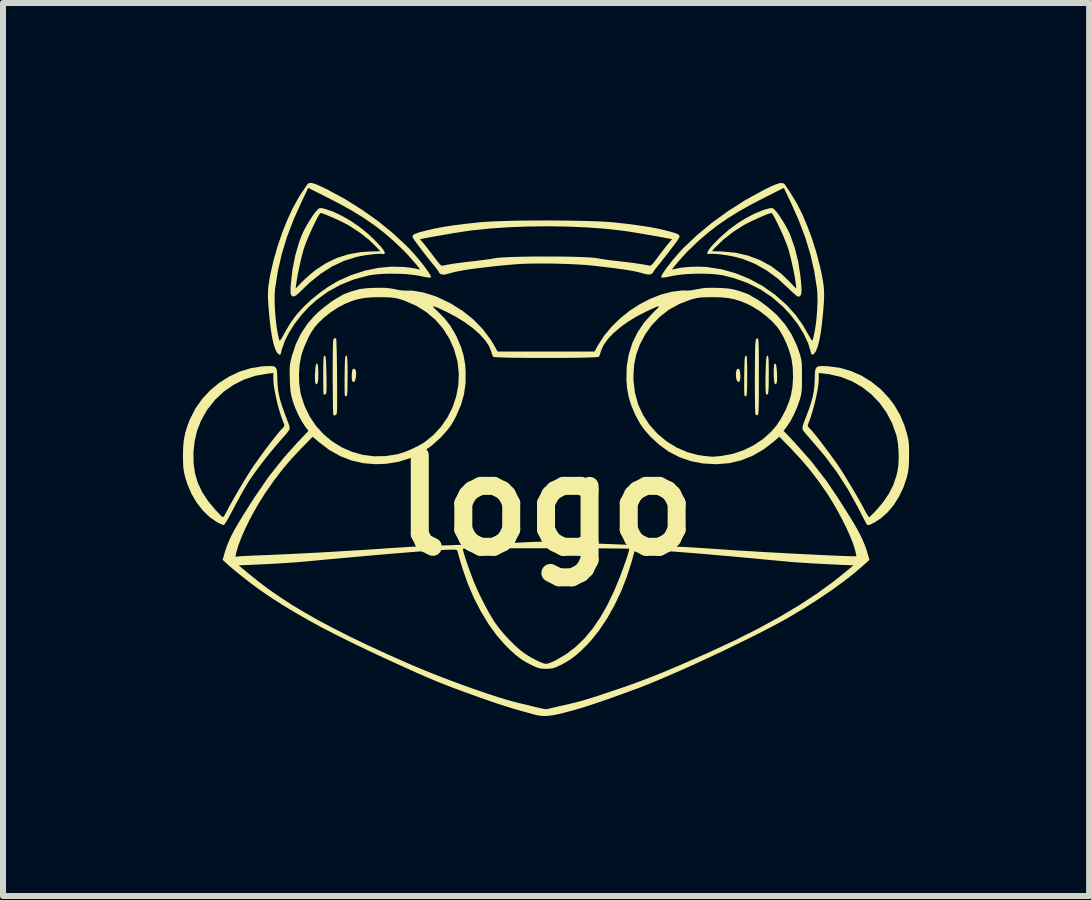
<source format=kicad_pcb>
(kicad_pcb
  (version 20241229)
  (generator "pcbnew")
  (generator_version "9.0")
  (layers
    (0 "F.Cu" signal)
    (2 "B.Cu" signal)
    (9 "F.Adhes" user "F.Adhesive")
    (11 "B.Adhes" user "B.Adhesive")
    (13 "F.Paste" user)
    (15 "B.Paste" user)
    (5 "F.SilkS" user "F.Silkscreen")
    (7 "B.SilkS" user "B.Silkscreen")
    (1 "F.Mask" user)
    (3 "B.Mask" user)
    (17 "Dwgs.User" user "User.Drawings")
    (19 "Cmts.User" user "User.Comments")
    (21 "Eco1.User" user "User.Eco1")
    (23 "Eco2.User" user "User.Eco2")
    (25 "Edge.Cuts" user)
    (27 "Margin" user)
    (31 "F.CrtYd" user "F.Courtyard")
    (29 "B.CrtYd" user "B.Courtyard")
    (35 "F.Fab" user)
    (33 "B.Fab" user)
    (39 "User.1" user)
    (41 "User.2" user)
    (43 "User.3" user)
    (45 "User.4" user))
  (footprint "logo"
    (layer "F.Cu")
    (at 6.052 5.376)
    (property "Reference" "logo" (at 0 0 0) (layer "F.SilkS") (effects (font (size 1.524 1.524) (thickness 0.3))))
    (attr board_only exclude_from_pos_files exclude_from_bom)
    (fp_poly (pts (xy -3.189 -2.275) (xy -3.174 -2.259) (xy -3.166 -2.22) (xy -3.166 -2.19) (xy -3.17 -2.133) (xy -3.181 -2.089) (xy -3.196 -2.062) (xy -3.212 -2.055) (xy -3.228 -2.073) (xy -3.235 -2.094) (xy -3.239 -2.129) (xy -3.238 -2.176) (xy -3.234 -2.224) (xy -3.227 -2.261) (xy -3.221 -2.276) (xy -3.201 -2.278)) (stroke (width 0) (type solid)) (fill yes) (layer "F.SilkS"))
    (fp_poly (pts (xy 3.224 -2.267) (xy 3.232 -2.234) (xy 3.237 -2.2) (xy 3.24 -2.139) (xy 3.234 -2.092) (xy 3.222 -2.064) (xy 3.205 -2.058) (xy 3.185 -2.077) (xy 3.181 -2.084) (xy 3.17 -2.121) (xy 3.165 -2.169) (xy 3.167 -2.217) (xy 3.175 -2.256) (xy 3.189 -2.275) (xy 3.189 -2.275) (xy 3.21 -2.279)) (stroke (width 0) (type solid)) (fill yes) (layer "F.SilkS"))
    (fp_poly (pts (xy 3.832 -2.352) (xy 3.84 -2.32) (xy 3.846 -2.265) (xy 3.85 -2.211) (xy 3.853 -2.127) (xy 3.849 -2.066) (xy 3.84 -2.03) (xy 3.825 -2.021) (xy 3.814 -2.028) (xy 3.806 -2.05) (xy 3.801 -2.093) (xy 3.797 -2.15) (xy 3.795 -2.212) (xy 3.796 -2.272) (xy 3.8 -2.322) (xy 3.805 -2.355) (xy 3.81 -2.362) (xy 3.823 -2.365)) (stroke (width 0) (type solid)) (fill yes) (layer "F.SilkS"))
    (fp_poly (pts (xy -3.807 -2.351) (xy -3.799 -2.305) (xy -3.796 -2.232) (xy -3.796 -2.199) (xy -3.797 -2.122) (xy -3.801 -2.071) (xy -3.808 -2.04) (xy -3.817 -2.026) (xy -3.832 -2.019) (xy -3.842 -2.033) (xy -3.849 -2.063) (xy -3.852 -2.101) (xy -3.853 -2.154) (xy -3.85 -2.216) (xy -3.846 -2.276) (xy -3.84 -2.325) (xy -3.833 -2.355) (xy -3.831 -2.359) (xy -3.817 -2.369)) (stroke (width 0) (type solid)) (fill yes) (layer "F.SilkS"))
    (fp_poly (pts (xy -3.323 -2.494) (xy -3.318 -2.482) (xy -3.314 -2.456) (xy -3.311 -2.414) (xy -3.309 -2.352) (xy -3.308 -2.267) (xy -3.308 -2.162) (xy -3.309 -2.046) (xy -3.31 -1.958) (xy -3.312 -1.893) (xy -3.316 -1.851) (xy -3.321 -1.827) (xy -3.327 -1.819) (xy -3.348 -1.825) (xy -3.353 -1.833) (xy -3.356 -1.854) (xy -3.357 -1.9) (xy -3.358 -1.966) (xy -3.358 -2.048) (xy -3.358 -2.142) (xy -3.357 -2.176) (xy -3.356 -2.284) (xy -3.354 -2.365) (xy -3.351 -2.423) (xy -3.347 -2.462) (xy -3.343 -2.485) (xy -3.336 -2.496) (xy -3.331 -2.498)) (stroke (width 0) (type solid)) (fill yes) (layer "F.SilkS"))
    (fp_poly (pts (xy 3.338 -2.494) (xy 3.344 -2.482) (xy 3.348 -2.456) (xy 3.35 -2.414) (xy 3.352 -2.352) (xy 3.353 -2.267) (xy 3.353 -2.162) (xy 3.353 -2.046) (xy 3.351 -1.958) (xy 3.349 -1.893) (xy 3.345 -1.851) (xy 3.34 -1.827) (xy 3.334 -1.819) (xy 3.313 -1.825) (xy 3.308 -1.833) (xy 3.306 -1.854) (xy 3.304 -1.9) (xy 3.303 -1.966) (xy 3.303 -2.048) (xy 3.304 -2.142) (xy 3.304 -2.176) (xy 3.306 -2.284) (xy 3.308 -2.365) (xy 3.31 -2.423) (xy 3.314 -2.462) (xy 3.319 -2.485) (xy 3.325 -2.496) (xy 3.331 -2.498)) (stroke (width 0) (type solid)) (fill yes) (layer "F.SilkS"))
    (fp_poly (pts (xy 3.698 -2.494) (xy 3.704 -2.481) (xy 3.708 -2.455) (xy 3.711 -2.413) (xy 3.712 -2.35) (xy 3.713 -2.263) (xy 3.713 -2.177) (xy 3.712 -2.061) (xy 3.711 -1.973) (xy 3.707 -1.91) (xy 3.702 -1.869) (xy 3.694 -1.849) (xy 3.683 -1.846) (xy 3.67 -1.859) (xy 3.666 -1.864) (xy 3.662 -1.885) (xy 3.66 -1.931) (xy 3.658 -2) (xy 3.658 -2.086) (xy 3.66 -2.186) (xy 3.66 -2.19) (xy 3.663 -2.296) (xy 3.666 -2.375) (xy 3.67 -2.431) (xy 3.674 -2.467) (xy 3.68 -2.488) (xy 3.686 -2.497) (xy 3.691 -2.498)) (stroke (width 0) (type solid)) (fill yes) (layer "F.SilkS"))
    (fp_poly (pts (xy -3.683 -2.494) (xy -3.677 -2.48) (xy -3.672 -2.452) (xy -3.668 -2.406) (xy -3.665 -2.339) (xy -3.662 -2.248) (xy -3.66 -2.19) (xy -3.659 -2.095) (xy -3.658 -2.011) (xy -3.659 -1.941) (xy -3.662 -1.891) (xy -3.665 -1.866) (xy -3.666 -1.864) (xy -3.688 -1.847) (xy -3.707 -1.853) (xy -3.709 -1.857) (xy -3.711 -1.874) (xy -3.712 -1.918) (xy -3.713 -1.981) (xy -3.714 -2.062) (xy -3.714 -2.153) (xy -3.714 -2.183) (xy -3.714 -2.289) (xy -3.712 -2.369) (xy -3.71 -2.426) (xy -3.707 -2.464) (xy -3.703 -2.486) (xy -3.696 -2.496) (xy -3.691 -2.498)) (stroke (width 0) (type solid)) (fill yes) (layer "F.SilkS"))
    (fp_poly (pts (xy -3.499 -2.784) (xy -3.496 -2.767) (xy -3.494 -2.724) (xy -3.492 -2.658) (xy -3.489 -2.575) (xy -3.487 -2.476) (xy -3.486 -2.367) (xy -3.484 -2.251) (xy -3.483 -2.132) (xy -3.482 -2.014) (xy -3.482 -1.901) (xy -3.482 -1.796) (xy -3.482 -1.704) (xy -3.483 -1.628) (xy -3.485 -1.572) (xy -3.487 -1.54) (xy -3.487 -1.536) (xy -3.504 -1.507) (xy -3.53 -1.501) (xy -3.546 -1.51) (xy -3.548 -1.527) (xy -3.55 -1.57) (xy -3.552 -1.638) (xy -3.553 -1.725) (xy -3.554 -1.83) (xy -3.555 -1.949) (xy -3.556 -2.08) (xy -3.556 -2.148) (xy -3.556 -2.304) (xy -3.555 -2.432) (xy -3.554 -2.535) (xy -3.553 -2.616) (xy -3.552 -2.678) (xy -3.549 -2.723) (xy -3.546 -2.753) (xy -3.542 -2.772) (xy -3.537 -2.782) (xy -3.533 -2.785) (xy -3.507 -2.788)) (stroke (width 0) (type solid)) (fill yes) (layer "F.SilkS"))
    (fp_poly (pts (xy 3.524 -2.787) (xy 3.53 -2.784) (xy 3.535 -2.774) (xy 3.539 -2.756) (xy 3.542 -2.726) (xy 3.544 -2.682) (xy 3.546 -2.621) (xy 3.547 -2.541) (xy 3.548 -2.439) (xy 3.548 -2.313) (xy 3.548 -2.16) (xy 3.548 -2.145) (xy 3.548 -1.99) (xy 3.548 -1.861) (xy 3.547 -1.757) (xy 3.546 -1.676) (xy 3.544 -1.614) (xy 3.542 -1.569) (xy 3.539 -1.538) (xy 3.535 -1.518) (xy 3.531 -1.508) (xy 3.525 -1.504) (xy 3.524 -1.504) (xy 3.498 -1.511) (xy 3.49 -1.523) (xy 3.488 -1.544) (xy 3.486 -1.591) (xy 3.484 -1.66) (xy 3.483 -1.747) (xy 3.482 -1.848) (xy 3.481 -1.958) (xy 3.481 -2.074) (xy 3.481 -2.192) (xy 3.482 -2.307) (xy 3.483 -2.415) (xy 3.484 -2.514) (xy 3.485 -2.597) (xy 3.487 -2.662) (xy 3.49 -2.705) (xy 3.49 -2.712) (xy 3.498 -2.76) (xy 3.509 -2.783) (xy 3.524 -2.787)) (stroke (width 0) (type solid)) (fill yes) (layer "F.SilkS"))
    (fp_poly (pts (xy -3.739 -4.956) (xy -3.694 -4.946) (xy -3.683 -4.943) (xy -3.55 -4.898) (xy -3.407 -4.831) (xy -3.26 -4.747) (xy -3.114 -4.647) (xy -2.977 -4.537) (xy -2.913 -4.478) (xy -2.824 -4.391) (xy -2.757 -4.319) (xy -2.712 -4.262) (xy -2.689 -4.221) (xy -2.689 -4.197) (xy -2.712 -4.19) (xy -2.728 -4.193) (xy -2.768 -4.196) (xy -2.831 -4.193) (xy -2.908 -4.185) (xy -2.994 -4.174) (xy -3.08 -4.159) (xy -3.16 -4.143) (xy -3.169 -4.14) (xy -3.37 -4.077) (xy -3.565 -3.985) (xy -3.755 -3.864) (xy -3.94 -3.715) (xy -4.065 -3.595) (xy -4.124 -3.538) (xy -4.167 -3.501) (xy -4.2 -3.485) (xy -4.224 -3.486) (xy -4.245 -3.502) (xy -4.246 -3.504) (xy -4.255 -3.524) (xy -4.259 -3.562) (xy -4.258 -3.616) (xy -4.174 -3.616) (xy -4.071 -3.722) (xy -4.01 -3.782) (xy -3.937 -3.847) (xy -3.865 -3.906) (xy -3.844 -3.923) (xy -3.67 -4.038) (xy -3.489 -4.125) (xy -3.298 -4.186) (xy -3.093 -4.223) (xy -2.931 -4.234) (xy -2.764 -4.238) (xy -2.817 -4.297) (xy -2.945 -4.423) (xy -3.098 -4.544) (xy -3.27 -4.657) (xy -3.293 -4.671) (xy -3.347 -4.7) (xy -3.413 -4.733) (xy -3.487 -4.768) (xy -3.562 -4.802) (xy -3.633 -4.832) (xy -3.693 -4.856) (xy -3.737 -4.872) (xy -3.757 -4.876) (xy -3.771 -4.863) (xy -3.794 -4.827) (xy -3.824 -4.772) (xy -3.858 -4.703) (xy -3.895 -4.626) (xy -3.933 -4.543) (xy -3.968 -4.461) (xy -4 -4.384) (xy -4.025 -4.316) (xy -4.035 -4.287) (xy -4.061 -4.196) (xy -4.088 -4.086) (xy -4.115 -3.966) (xy -4.139 -3.848) (xy -4.157 -3.741) (xy -4.164 -3.694) (xy -4.174 -3.616) (xy -4.258 -3.616) (xy -4.258 -3.621) (xy -4.255 -3.676) (xy -4.227 -3.932) (xy -4.179 -4.174) (xy -4.113 -4.398) (xy -4.071 -4.509) (xy -4.037 -4.582) (xy -3.994 -4.662) (xy -3.945 -4.744) (xy -3.896 -4.821) (xy -3.85 -4.884) (xy -3.812 -4.928) (xy -3.808 -4.932) (xy -3.787 -4.95) (xy -3.767 -4.958)) (stroke (width 0) (type solid)) (fill yes) (layer "F.SilkS"))
    (fp_poly (pts (xy 3.783 -4.952) (xy 3.804 -4.936) (xy 3.808 -4.932) (xy 3.845 -4.891) (xy 3.89 -4.83) (xy 3.939 -4.755) (xy 3.988 -4.673) (xy 4.032 -4.592) (xy 4.067 -4.518) (xy 4.071 -4.509) (xy 4.146 -4.297) (xy 4.204 -4.064) (xy 4.242 -3.814) (xy 4.255 -3.676) (xy 4.259 -3.594) (xy 4.256 -3.537) (xy 4.246 -3.503) (xy 4.227 -3.485) (xy 4.202 -3.481) (xy 4.183 -3.491) (xy 4.148 -3.519) (xy 4.101 -3.56) (xy 4.049 -3.611) (xy 4.043 -3.617) (xy 3.862 -3.782) (xy 3.676 -3.919) (xy 3.485 -4.027) (xy 3.287 -4.107) (xy 3.169 -4.14) (xy 3.091 -4.157) (xy 3.005 -4.172) (xy 2.919 -4.184) (xy 2.84 -4.192) (xy 2.775 -4.196) (xy 2.732 -4.193) (xy 2.728 -4.193) (xy 2.695 -4.192) (xy 2.686 -4.209) (xy 2.698 -4.238) (xy 2.764 -4.238) (xy 2.931 -4.234) (xy 3.155 -4.214) (xy 3.366 -4.166) (xy 3.565 -4.091) (xy 3.751 -3.99) (xy 3.924 -3.861) (xy 4.066 -3.724) (xy 4.108 -3.679) (xy 4.143 -3.643) (xy 4.164 -3.621) (xy 4.168 -3.618) (xy 4.17 -3.63) (xy 4.167 -3.664) (xy 4.164 -3.694) (xy 4.149 -3.791) (xy 4.128 -3.905) (xy 4.102 -4.025) (xy 4.075 -4.141) (xy 4.048 -4.244) (xy 4.035 -4.287) (xy 4.013 -4.349) (xy 3.984 -4.422) (xy 3.951 -4.502) (xy 3.914 -4.585) (xy 3.876 -4.666) (xy 3.84 -4.739) (xy 3.808 -4.802) (xy 3.781 -4.848) (xy 3.763 -4.873) (xy 3.757 -4.876) (xy 3.731 -4.87) (xy 3.683 -4.853) (xy 3.621 -4.827) (xy 3.549 -4.796) (xy 3.474 -4.762) (xy 3.401 -4.727) (xy 3.336 -4.694) (xy 3.293 -4.671) (xy 3.119 -4.56) (xy 2.964 -4.439) (xy 2.832 -4.313) (xy 2.817 -4.297) (xy 2.764 -4.238) (xy 2.698 -4.238) (xy 2.7 -4.243) (xy 2.736 -4.294) (xy 2.794 -4.36) (xy 2.874 -4.441) (xy 2.913 -4.478) (xy 3.043 -4.593) (xy 3.185 -4.698) (xy 3.332 -4.79) (xy 3.478 -4.866) (xy 3.617 -4.923) (xy 3.683 -4.943) (xy 3.732 -4.955) (xy 3.762 -4.958)) (stroke (width 0) (type solid)) (fill yes) (layer "F.SilkS"))
    (fp_poly (pts (xy 4.696 -2.321) (xy 4.888 -2.297) (xy 5.076 -2.244) (xy 5.256 -2.166) (xy 5.425 -2.062) (xy 5.581 -1.936) (xy 5.72 -1.788) (xy 5.806 -1.673) (xy 5.9 -1.511) (xy 5.975 -1.334) (xy 6.018 -1.192) (xy 6.033 -1.132) (xy 6.043 -1.077) (xy 6.049 -1.019) (xy 6.052 -0.95) (xy 6.052 -0.86) (xy 6.052 -0.833) (xy 6.051 -0.736) (xy 6.047 -0.661) (xy 6.041 -0.598) (xy 6.031 -0.54) (xy 6.016 -0.477) (xy 6.013 -0.464) (xy 5.958 -0.302) (xy 5.885 -0.149) (xy 5.797 -0.009) (xy 5.696 0.112) (xy 5.585 0.212) (xy 5.472 0.285) (xy 5.419 0.311) (xy 5.386 0.325) (xy 5.366 0.328) (xy 5.353 0.32) (xy 5.345 0.311) (xy 5.334 0.293) (xy 5.312 0.252) (xy 5.281 0.192) (xy 5.243 0.119) (xy 5.201 0.037) (xy 5.193 0.021) (xy 5.032 -0.27) (xy 4.85 -0.552) (xy 4.643 -0.83) (xy 4.408 -1.105) (xy 4.397 -1.118) (xy 4.351 -1.17) (xy 4.312 -1.217) (xy 4.285 -1.252) (xy 4.276 -1.268) (xy 4.275 -1.306) (xy 4.285 -1.344) (xy 4.364 -1.344) (xy 4.364 -1.322) (xy 4.38 -1.299) (xy 4.406 -1.273) (xy 4.436 -1.241) (xy 4.48 -1.188) (xy 4.535 -1.119) (xy 4.597 -1.039) (xy 4.662 -0.952) (xy 4.729 -0.863) (xy 4.793 -0.775) (xy 4.851 -0.694) (xy 4.899 -0.623) (xy 4.914 -0.6) (xy 4.966 -0.518) (xy 5.025 -0.421) (xy 5.088 -0.317) (xy 5.151 -0.21) (xy 5.211 -0.106) (xy 5.263 -0.014) (xy 5.304 0.063) (xy 5.318 0.09) (xy 5.345 0.139) (xy 5.368 0.176) (xy 5.383 0.194) (xy 5.385 0.195) (xy 5.4 0.185) (xy 5.43 0.157) (xy 5.471 0.116) (xy 5.499 0.086) (xy 5.62 -0.056) (xy 5.714 -0.195) (xy 5.786 -0.337) (xy 5.838 -0.488) (xy 5.86 -0.579) (xy 5.874 -0.678) (xy 5.879 -0.795) (xy 5.876 -0.919) (xy 5.865 -1.04) (xy 5.846 -1.146) (xy 5.838 -1.178) (xy 5.768 -1.373) (xy 5.674 -1.551) (xy 5.558 -1.712) (xy 5.423 -1.853) (xy 5.271 -1.972) (xy 5.102 -2.069) (xy 4.92 -2.141) (xy 4.725 -2.187) (xy 4.647 -2.197) (xy 4.546 -2.208) (xy 4.546 -2.098) (xy 4.54 -2.021) (xy 4.526 -1.924) (xy 4.504 -1.813) (xy 4.477 -1.696) (xy 4.445 -1.58) (xy 4.412 -1.472) (xy 4.378 -1.38) (xy 4.376 -1.377) (xy 4.364 -1.344) (xy 4.285 -1.344) (xy 4.291 -1.364) (xy 4.294 -1.373) (xy 4.348 -1.512) (xy 4.391 -1.629) (xy 4.423 -1.73) (xy 4.447 -1.819) (xy 4.463 -1.903) (xy 4.473 -1.987) (xy 4.478 -2.076) (xy 4.479 -2.1) (xy 4.481 -2.188) (xy 4.487 -2.249) (xy 4.499 -2.29) (xy 4.523 -2.313) (xy 4.561 -2.323) (xy 4.619 -2.324)) (stroke (width 0) (type solid)) (fill yes) (layer "F.SilkS"))
    (fp_poly (pts (xy -4.559 -2.323) (xy -4.521 -2.312) (xy -4.498 -2.288) (xy -4.486 -2.247) (xy -4.481 -2.184) (xy -4.479 -2.1) (xy -4.474 -2.009) (xy -4.466 -1.924) (xy -4.451 -1.841) (xy -4.43 -1.753) (xy -4.4 -1.655) (xy -4.36 -1.543) (xy -4.309 -1.41) (xy -4.294 -1.373) (xy -4.276 -1.313) (xy -4.275 -1.272) (xy -4.276 -1.268) (xy -4.291 -1.245) (xy -4.321 -1.205) (xy -4.362 -1.157) (xy -4.397 -1.118) (xy -4.491 -1.01) (xy -4.592 -0.889) (xy -4.695 -0.76) (xy -4.793 -0.632) (xy -4.88 -0.512) (xy -4.933 -0.436) (xy -4.976 -0.367) (xy -5.028 -0.28) (xy -5.085 -0.18) (xy -5.142 -0.076) (xy -5.195 0.024) (xy -5.198 0.029) (xy -5.245 0.119) (xy -5.288 0.197) (xy -5.324 0.26) (xy -5.351 0.303) (xy -5.368 0.324) (xy -5.371 0.326) (xy -5.395 0.32) (xy -5.436 0.303) (xy -5.481 0.281) (xy -5.606 0.195) (xy -5.721 0.084) (xy -5.824 -0.048) (xy -5.912 -0.198) (xy -5.981 -0.362) (xy -6.013 -0.464) (xy -6.029 -0.529) (xy -6.04 -0.587) (xy -6.047 -0.648) (xy -6.05 -0.72) (xy -6.052 -0.812) (xy -6.052 -0.833) (xy -6.051 -0.885) (xy -5.877 -0.885) (xy -5.875 -0.702) (xy -5.851 -0.534) (xy -5.803 -0.375) (xy -5.731 -0.222) (xy -5.632 -0.072) (xy -5.505 0.08) (xy -5.499 0.086) (xy -5.455 0.132) (xy -5.418 0.169) (xy -5.392 0.191) (xy -5.385 0.195) (xy -5.372 0.183) (xy -5.351 0.15) (xy -5.325 0.102) (xy -5.318 0.09) (xy -5.283 0.022) (xy -5.235 -0.064) (xy -5.178 -0.163) (xy -5.117 -0.269) (xy -5.053 -0.376) (xy -4.992 -0.477) (xy -4.936 -0.566) (xy -4.914 -0.6) (xy -4.87 -0.666) (xy -4.815 -0.744) (xy -4.753 -0.83) (xy -4.687 -0.92) (xy -4.621 -1.008) (xy -4.557 -1.091) (xy -4.499 -1.164) (xy -4.451 -1.223) (xy -4.416 -1.264) (xy -4.406 -1.273) (xy -4.375 -1.304) (xy -4.363 -1.326) (xy -4.365 -1.35) (xy -4.376 -1.377) (xy -4.41 -1.469) (xy -4.444 -1.576) (xy -4.476 -1.692) (xy -4.503 -1.809) (xy -4.525 -1.92) (xy -4.54 -2.018) (xy -4.546 -2.096) (xy -4.546 -2.098) (xy -4.546 -2.208) (xy -4.647 -2.197) (xy -4.845 -2.162) (xy -5.033 -2.099) (xy -5.209 -2.011) (xy -5.371 -1.898) (xy -5.515 -1.763) (xy -5.639 -1.607) (xy -5.663 -1.571) (xy -5.754 -1.407) (xy -5.818 -1.242) (xy -5.858 -1.068) (xy -5.877 -0.885) (xy -6.051 -0.885) (xy -6.049 -0.975) (xy -6.037 -1.098) (xy -6.014 -1.212) (xy -5.978 -1.329) (xy -5.935 -1.439) (xy -5.846 -1.613) (xy -5.734 -1.774) (xy -5.6 -1.918) (xy -5.45 -2.043) (xy -5.285 -2.148) (xy -5.109 -2.231) (xy -4.926 -2.288) (xy -4.737 -2.318) (xy -4.696 -2.321) (xy -4.616 -2.324)) (stroke (width 0) (type solid)) (fill yes) (layer "F.SilkS"))
    (fp_poly (pts (xy 3.959 -5.369) (xy 3.982 -5.351) (xy 3.989 -5.34) (xy 4.009 -5.309) (xy 4.039 -5.263) (xy 4.075 -5.209) (xy 4.083 -5.198) (xy 4.179 -5.038) (xy 4.272 -4.854) (xy 4.359 -4.65) (xy 4.439 -4.432) (xy 4.51 -4.205) (xy 4.569 -3.975) (xy 4.593 -3.865) (xy 4.611 -3.771) (xy 4.624 -3.69) (xy 4.632 -3.615) (xy 4.636 -3.539) (xy 4.635 -3.456) (xy 4.63 -3.36) (xy 4.621 -3.244) (xy 4.614 -3.169) (xy 4.596 -2.999) (xy 4.575 -2.852) (xy 4.551 -2.731) (xy 4.525 -2.635) (xy 4.496 -2.567) (xy 4.465 -2.527) (xy 4.456 -2.521) (xy 4.434 -2.513) (xy 4.422 -2.527) (xy 4.417 -2.546) (xy 4.369 -2.704) (xy 4.293 -2.865) (xy 4.193 -3.027) (xy 4.069 -3.186) (xy 3.946 -3.317) (xy 3.768 -3.471) (xy 3.573 -3.602) (xy 3.36 -3.708) (xy 3.129 -3.791) (xy 2.956 -3.835) (xy 2.86 -3.85) (xy 2.743 -3.86) (xy 2.613 -3.864) (xy 2.477 -3.863) (xy 2.344 -3.857) (xy 2.221 -3.845) (xy 2.117 -3.829) (xy 2.115 -3.829) (xy 2.037 -3.812) (xy 1.982 -3.802) (xy 1.948 -3.798) (xy 1.93 -3.799) (xy 1.922 -3.805) (xy 1.92 -3.815) (xy 1.93 -3.841) (xy 1.957 -3.885) (xy 1.992 -3.936) (xy 2.103 -3.936) (xy 2.103 -3.931) (xy 2.119 -3.934) (xy 2.153 -3.944) (xy 2.161 -3.946) (xy 2.234 -3.961) (xy 2.328 -3.972) (xy 2.434 -3.979) (xy 2.543 -3.981) (xy 2.647 -3.978) (xy 2.682 -3.975) (xy 2.925 -3.937) (xy 3.162 -3.871) (xy 3.392 -3.777) (xy 3.611 -3.658) (xy 3.816 -3.514) (xy 4.005 -3.347) (xy 4.013 -3.339) (xy 4.159 -3.178) (xy 4.281 -3.008) (xy 4.377 -2.84) (xy 4.405 -2.791) (xy 4.427 -2.759) (xy 4.44 -2.748) (xy 4.442 -2.75) (xy 4.45 -2.773) (xy 4.46 -2.816) (xy 4.472 -2.872) (xy 4.476 -2.888) (xy 4.495 -3.004) (xy 4.51 -3.134) (xy 4.52 -3.268) (xy 4.525 -3.397) (xy 4.524 -3.515) (xy 4.517 -3.611) (xy 4.472 -3.9) (xy 4.407 -4.185) (xy 4.32 -4.47) (xy 4.21 -4.76) (xy 4.077 -5.059) (xy 4.073 -5.066) (xy 3.964 -5.294) (xy 3.644 -5.133) (xy 3.414 -5.014) (xy 3.209 -4.899) (xy 3.025 -4.784) (xy 2.855 -4.667) (xy 2.696 -4.543) (xy 2.542 -4.411) (xy 2.392 -4.268) (xy 2.341 -4.216) (xy 2.288 -4.159) (xy 2.235 -4.1) (xy 2.187 -4.045) (xy 2.147 -3.996) (xy 2.117 -3.958) (xy 2.103 -3.936) (xy 1.992 -3.936) (xy 1.997 -3.943) (xy 2.048 -4.01) (xy 2.106 -4.084) (xy 2.169 -4.158) (xy 2.232 -4.23) (xy 2.287 -4.289) (xy 2.513 -4.504) (xy 2.763 -4.711) (xy 3.032 -4.906) (xy 3.316 -5.087) (xy 3.61 -5.249) (xy 3.653 -5.271) (xy 3.752 -5.319) (xy 3.828 -5.352) (xy 3.886 -5.371) (xy 3.928 -5.376)) (stroke (width 0) (type solid)) (fill yes) (layer "F.SilkS"))
    (fp_poly (pts (xy -3.904 -5.375) (xy -3.853 -5.361) (xy -3.784 -5.333) (xy -3.694 -5.291) (xy -3.653 -5.271) (xy -3.358 -5.112) (xy -3.072 -4.933) (xy -2.8 -4.74) (xy -2.547 -4.534) (xy -2.318 -4.32) (xy -2.287 -4.289) (xy -2.226 -4.223) (xy -2.162 -4.151) (xy -2.1 -4.076) (xy -2.042 -4.004) (xy -1.992 -3.937) (xy -1.953 -3.88) (xy -1.928 -3.837) (xy -1.92 -3.815) (xy -1.922 -3.804) (xy -1.93 -3.799) (xy -1.95 -3.798) (xy -1.985 -3.803) (xy -2.041 -3.813) (xy -2.115 -3.829) (xy -2.219 -3.845) (xy -2.341 -3.857) (xy -2.474 -3.863) (xy -2.61 -3.864) (xy -2.741 -3.86) (xy -2.858 -3.85) (xy -2.954 -3.835) (xy -2.956 -3.835) (xy -3.2 -3.769) (xy -3.426 -3.679) (xy -3.633 -3.565) (xy -3.823 -3.428) (xy -3.946 -3.317) (xy -4.073 -3.181) (xy -4.185 -3.037) (xy -4.279 -2.891) (xy -4.352 -2.748) (xy -4.4 -2.612) (xy -4.403 -2.603) (xy -4.415 -2.556) (xy -4.425 -2.523) (xy -4.43 -2.512) (xy -4.444 -2.515) (xy -4.46 -2.522) (xy -4.489 -2.554) (xy -4.517 -2.614) (xy -4.544 -2.7) (xy -4.568 -2.812) (xy -4.589 -2.946) (xy -4.608 -3.103) (xy -4.614 -3.169) (xy -4.625 -3.298) (xy -4.631 -3.386) (xy -4.524 -3.386) (xy -4.518 -3.252) (xy -4.507 -3.113) (xy -4.491 -2.979) (xy -4.471 -2.858) (xy -4.447 -2.758) (xy -4.446 -2.755) (xy -4.438 -2.748) (xy -4.423 -2.762) (xy -4.4 -2.799) (xy -4.372 -2.85) (xy -4.332 -2.922) (xy -4.285 -3.001) (xy -4.241 -3.071) (xy -4.235 -3.08) (xy -4.149 -3.193) (xy -4.041 -3.31) (xy -3.917 -3.427) (xy -3.781 -3.538) (xy -3.64 -3.639) (xy -3.5 -3.725) (xy -3.449 -3.751) (xy -3.238 -3.844) (xy -3.019 -3.914) (xy -2.799 -3.96) (xy -2.581 -3.981) (xy -2.372 -3.976) (xy -2.367 -3.975) (xy -2.296 -3.968) (xy -2.23 -3.959) (xy -2.179 -3.95) (xy -2.161 -3.946) (xy -2.125 -3.936) (xy -2.105 -3.931) (xy -2.103 -3.931) (xy -2.106 -3.941) (xy -2.125 -3.969) (xy -2.158 -4.011) (xy -2.202 -4.062) (xy -2.252 -4.119) (xy -2.305 -4.178) (xy -2.358 -4.234) (xy -2.392 -4.268) (xy -2.545 -4.413) (xy -2.698 -4.545) (xy -2.857 -4.668) (xy -3.027 -4.786) (xy -3.212 -4.9) (xy -3.417 -5.016) (xy -3.644 -5.133) (xy -3.964 -5.294) (xy -4.073 -5.066) (xy -4.208 -4.766) (xy -4.318 -4.476) (xy -4.405 -4.191) (xy -4.47 -3.907) (xy -4.516 -3.617) (xy -4.517 -3.611) (xy -4.524 -3.509) (xy -4.524 -3.386) (xy -4.631 -3.386) (xy -4.633 -3.405) (xy -4.636 -3.494) (xy -4.634 -3.573) (xy -4.629 -3.648) (xy -4.618 -3.725) (xy -4.603 -3.811) (xy -4.593 -3.865) (xy -4.54 -4.095) (xy -4.474 -4.324) (xy -4.398 -4.547) (xy -4.314 -4.758) (xy -4.224 -4.952) (xy -4.129 -5.124) (xy -4.083 -5.198) (xy -4.047 -5.251) (xy -4.015 -5.3) (xy -3.992 -5.335) (xy -3.989 -5.34) (xy -3.969 -5.363) (xy -3.942 -5.375)) (stroke (width 0) (type solid)) (fill yes) (layer "F.SilkS"))
    (fp_poly (pts (xy 0.192 -4.75) (xy 0.378 -4.748) (xy 0.556 -4.745) (xy 0.721 -4.741) (xy 0.869 -4.736) (xy 0.995 -4.729) (xy 1.095 -4.722) (xy 1.323 -4.698) (xy 1.523 -4.672) (xy 1.7 -4.646) (xy 1.856 -4.617) (xy 1.993 -4.585) (xy 2.001 -4.583) (xy 2.092 -4.559) (xy 2.157 -4.539) (xy 2.199 -4.521) (xy 2.221 -4.503) (xy 2.226 -4.483) (xy 2.217 -4.459) (xy 2.21 -4.447) (xy 2.187 -4.412) (xy 2.149 -4.36) (xy 2.1 -4.296) (xy 2.045 -4.224) (xy 1.988 -4.15) (xy 1.933 -4.08) (xy 1.884 -4.019) (xy 1.864 -3.996) (xy 1.828 -3.95) (xy 1.8 -3.912) (xy 1.786 -3.889) (xy 1.785 -3.886) (xy 1.773 -3.869) (xy 1.747 -3.855) (xy 1.719 -3.85) (xy 1.679 -3.853) (xy 1.622 -3.866) (xy 1.578 -3.879) (xy 1.517 -3.894) (xy 1.442 -3.91) (xy 1.35 -3.926) (xy 1.237 -3.942) (xy 1.103 -3.96) (xy 0.943 -3.979) (xy 0.765 -3.999) (xy 0.652 -4.01) (xy 0.517 -4.018) (xy 0.366 -4.025) (xy 0.206 -4.03) (xy 0.044 -4.033) (xy -0.114 -4.033) (xy -0.261 -4.032) (xy -0.391 -4.028) (xy -0.489 -4.022) (xy -0.644 -4.009) (xy -0.799 -3.994) (xy -0.952 -3.977) (xy -1.096 -3.96) (xy -1.229 -3.943) (xy -1.345 -3.926) (xy -1.44 -3.909) (xy -1.51 -3.895) (xy -1.515 -3.893) (xy -1.58 -3.877) (xy -1.636 -3.862) (xy -1.676 -3.852) (xy -1.688 -3.849) (xy -1.726 -3.849) (xy -1.752 -3.856) (xy -1.778 -3.872) (xy -1.785 -3.886) (xy -1.794 -3.904) (xy -1.819 -3.938) (xy -1.853 -3.982) (xy -1.864 -3.996) (xy -1.909 -4.05) (xy -1.962 -4.117) (xy -2.019 -4.189) (xy -2.075 -4.263) (xy -2.127 -4.331) (xy -2.171 -4.39) (xy -2.201 -4.433) (xy -2.205 -4.438) (xy -2.101 -4.438) (xy -2.035 -4.361) (xy -1.999 -4.317) (xy -1.952 -4.256) (xy -1.901 -4.189) (xy -1.861 -4.136) (xy -1.813 -4.073) (xy -1.779 -4.031) (xy -1.755 -4.007) (xy -1.736 -3.997) (xy -1.72 -3.997) (xy -1.72 -3.998) (xy -1.691 -4.004) (xy -1.641 -4.014) (xy -1.58 -4.024) (xy -1.56 -4.028) (xy -1.498 -4.037) (xy -1.415 -4.048) (xy -1.322 -4.059) (xy -1.227 -4.07) (xy -1.2 -4.073) (xy -1.108 -4.084) (xy -1.015 -4.096) (xy -0.93 -4.108) (xy -0.863 -4.12) (xy -0.848 -4.123) (xy -0.798 -4.13) (xy -0.723 -4.135) (xy -0.625 -4.14) (xy -0.509 -4.144) (xy -0.379 -4.147) (xy -0.239 -4.149) (xy -0.092 -4.15) (xy 0.057 -4.15) (xy 0.205 -4.15) (xy 0.347 -4.148) (xy 0.48 -4.145) (xy 0.599 -4.141) (xy 0.702 -4.137) (xy 0.783 -4.131) (xy 0.839 -4.124) (xy 0.848 -4.123) (xy 0.907 -4.112) (xy 0.987 -4.1) (xy 1.078 -4.087) (xy 1.172 -4.076) (xy 1.2 -4.073) (xy 1.319 -4.06) (xy 1.432 -4.046) (xy 1.534 -4.031) (xy 1.621 -4.018) (xy 1.687 -4.006) (xy 1.72 -3.998) (xy 1.736 -3.997) (xy 1.754 -4.007) (xy 1.779 -4.03) (xy 1.813 -4.072) (xy 1.86 -4.134) (xy 1.861 -4.136) (xy 1.911 -4.203) (xy 1.962 -4.269) (xy 2.007 -4.327) (xy 2.035 -4.361) (xy 2.101 -4.438) (xy 2.059 -4.447) (xy 1.992 -4.46) (xy 1.902 -4.477) (xy 1.797 -4.496) (xy 1.683 -4.515) (xy 1.568 -4.535) (xy 1.458 -4.553) (xy 1.361 -4.568) (xy 1.282 -4.579) (xy 1.253 -4.583) (xy 0.972 -4.614) (xy 0.67 -4.636) (xy 0.353 -4.649) (xy 0.028 -4.654) (xy -0.298 -4.65) (xy -0.617 -4.638) (xy -0.922 -4.618) (xy -1.207 -4.589) (xy -1.253 -4.583) (xy -1.319 -4.574) (xy -1.408 -4.56) (xy -1.513 -4.544) (xy -1.626 -4.525) (xy -1.741 -4.505) (xy -1.852 -4.486) (xy -1.95 -4.468) (xy -2.029 -4.453) (xy -2.059 -4.447) (xy -2.101 -4.438) (xy -2.205 -4.438) (xy -2.21 -4.447) (xy -2.224 -4.473) (xy -2.225 -4.495) (xy -2.211 -4.513) (xy -2.178 -4.531) (xy -2.123 -4.55) (xy -2.044 -4.572) (xy -2.001 -4.583) (xy -1.864 -4.615) (xy -1.71 -4.644) (xy -1.534 -4.671) (xy -1.335 -4.696) (xy -1.109 -4.72) (xy -1.095 -4.722) (xy -0.994 -4.729) (xy -0.868 -4.736) (xy -0.72 -4.741) (xy -0.555 -4.746) (xy -0.377 -4.749) (xy -0.19 -4.75) (xy 0.001 -4.751)) (stroke (width 0) (type solid)) (fill yes) (layer "F.SilkS"))
    (fp_poly (pts (xy 2.833 -3.628) (xy 2.872 -3.627) (xy 2.964 -3.623) (xy 3.035 -3.617) (xy 3.094 -3.608) (xy 3.151 -3.595) (xy 3.215 -3.577) (xy 3.233 -3.571) (xy 3.298 -3.549) (xy 3.353 -3.528) (xy 3.392 -3.511) (xy 3.406 -3.503) (xy 3.434 -3.484) (xy 3.474 -3.461) (xy 3.481 -3.458) (xy 3.538 -3.424) (xy 3.61 -3.374) (xy 3.688 -3.314) (xy 3.766 -3.249) (xy 3.837 -3.185) (xy 3.857 -3.166) (xy 3.987 -3.016) (xy 4.097 -2.845) (xy 4.186 -2.656) (xy 4.226 -2.54) (xy 4.241 -2.489) (xy 4.252 -2.445) (xy 4.259 -2.401) (xy 4.264 -2.35) (xy 4.266 -2.285) (xy 4.267 -2.201) (xy 4.267 -2.145) (xy 4.266 -2.048) (xy 4.265 -1.974) (xy 4.262 -1.916) (xy 4.256 -1.869) (xy 4.247 -1.826) (xy 4.235 -1.779) (xy 4.226 -1.751) (xy 4.185 -1.634) (xy 4.133 -1.516) (xy 4.076 -1.408) (xy 4.018 -1.32) (xy 4.014 -1.315) (xy 3.96 -1.244) (xy 4.134 -1.061) (xy 4.416 -0.744) (xy 4.674 -0.411) (xy 4.86 -0.135) (xy 4.939 -0.011) (xy 5.003 0.09) (xy 5.056 0.174) (xy 5.098 0.243) (xy 5.134 0.302) (xy 5.163 0.353) (xy 5.19 0.4) (xy 5.216 0.447) (xy 5.227 0.469) (xy 5.268 0.552) (xy 5.307 0.643) (xy 5.339 0.729) (xy 5.35 0.765) (xy 5.391 0.906) (xy 5.295 0.994) (xy 5.139 1.128) (xy 4.958 1.269) (xy 4.757 1.415) (xy 4.537 1.563) (xy 4.304 1.712) (xy 4.061 1.857) (xy 4.036 1.872) (xy 3.899 1.948) (xy 3.738 2.034) (xy 3.557 2.127) (xy 3.361 2.225) (xy 3.153 2.327) (xy 2.937 2.431) (xy 2.718 2.534) (xy 2.499 2.635) (xy 2.284 2.732) (xy 2.078 2.822) (xy 1.885 2.905) (xy 1.708 2.978) (xy 1.575 3.031) (xy 1.471 3.07) (xy 1.352 3.113) (xy 1.225 3.159) (xy 1.094 3.206) (xy 0.966 3.251) (xy 0.845 3.292) (xy 0.737 3.328) (xy 0.647 3.357) (xy 0.593 3.374) (xy 0.441 3.418) (xy 0.314 3.452) (xy 0.208 3.478) (xy 0.118 3.496) (xy 0.042 3.506) (xy -0.025 3.51) (xy -0.087 3.506) (xy -0.148 3.496) (xy -0.211 3.481) (xy -0.218 3.479) (xy -0.366 3.438) (xy -0.492 3.402) (xy -0.603 3.369) (xy -0.705 3.337) (xy -0.805 3.305) (xy -0.911 3.269) (xy -1.028 3.228) (xy -1.103 3.202) (xy -1.259 3.146) (xy -1.399 3.095) (xy -1.526 3.049) (xy -1.644 3.003) (xy -1.759 2.958) (xy -1.873 2.911) (xy -1.992 2.861) (xy -2.12 2.805) (xy -2.26 2.742) (xy -2.418 2.671) (xy -2.598 2.588) (xy -2.648 2.566) (xy -2.96 2.42) (xy -3.247 2.282) (xy -3.511 2.151) (xy -3.754 2.025) (xy -3.98 1.901) (xy -4.191 1.78) (xy -4.391 1.659) (xy -4.581 1.537) (xy -4.739 1.43) (xy -4.818 1.373) (xy -4.91 1.305) (xy -5.007 1.23) (xy -5.103 1.154) (xy -5.191 1.083) (xy -5.264 1.021) (xy -5.29 0.998) (xy -5.124 0.998) (xy -4.966 1.129) (xy -4.796 1.266) (xy -4.618 1.4) (xy -4.43 1.53) (xy -4.23 1.66) (xy -4.015 1.789) (xy -3.785 1.919) (xy -3.536 2.051) (xy -3.267 2.187) (xy -2.976 2.327) (xy -2.66 2.472) (xy -2.318 2.624) (xy -2.28 2.641) (xy -2.11 2.713) (xy -1.927 2.788) (xy -1.736 2.863) (xy -1.541 2.937) (xy -1.345 3.009) (xy -1.154 3.076) (xy -0.971 3.139) (xy -0.801 3.194) (xy -0.647 3.241) (xy -0.515 3.277) (xy -0.458 3.292) (xy -0.371 3.312) (xy -0.276 3.335) (xy -0.188 3.357) (xy -0.15 3.366) (xy -0.087 3.381) (xy -0.033 3.391) (xy 0.004 3.395) (xy 0.015 3.395) (xy 0.037 3.389) (xy 0.082 3.379) (xy 0.146 3.364) (xy 0.222 3.347) (xy 0.263 3.337) (xy 0.362 3.315) (xy 0.448 3.294) (xy 0.527 3.274) (xy 0.603 3.254) (xy 0.682 3.23) (xy 0.77 3.203) (xy 0.87 3.171) (xy 0.989 3.131) (xy 1.118 3.088) (xy 1.281 3.033) (xy 1.434 2.979) (xy 1.581 2.925) (xy 1.727 2.869) (xy 1.875 2.811) (xy 2.031 2.747) (xy 2.198 2.676) (xy 2.381 2.597) (xy 2.584 2.507) (xy 2.731 2.442) (xy 3.139 2.252) (xy 3.523 2.06) (xy 3.88 1.865) (xy 4.211 1.668) (xy 4.514 1.47) (xy 4.788 1.271) (xy 4.966 1.129) (xy 5.124 0.998) (xy 5.033 0.994) (xy 4.887 0.988) (xy 4.734 0.981) (xy 4.58 0.973) (xy 4.43 0.965) (xy 4.291 0.956) (xy 4.169 0.948) (xy 4.069 0.94) (xy 4.043 0.937) (xy 3.694 0.905) (xy 3.374 0.875) (xy 3.082 0.848) (xy 2.816 0.825) (xy 2.578 0.804) (xy 2.364 0.787) (xy 2.175 0.772) (xy 2.01 0.76) (xy 1.867 0.75) (xy 1.746 0.743) (xy 1.707 0.741) (xy 1.619 0.737) (xy 1.557 0.736) (xy 1.516 0.737) (xy 1.492 0.741) (xy 1.481 0.748) (xy 1.479 0.752) (xy 1.473 0.774) (xy 1.46 0.818) (xy 1.443 0.878) (xy 1.427 0.938) (xy 1.348 1.185) (xy 1.254 1.427) (xy 1.144 1.658) (xy 1.023 1.875) (xy 0.892 2.073) (xy 0.754 2.247) (xy 0.685 2.322) (xy 0.583 2.423) (xy 0.491 2.503) (xy 0.403 2.569) (xy 0.312 2.625) (xy 0.231 2.666) (xy 0.168 2.695) (xy 0.118 2.712) (xy 0.071 2.72) (xy 0.013 2.722) (xy 0 2.723) (xy -0.061 2.721) (xy -0.109 2.714) (xy -0.157 2.699) (xy -0.217 2.673) (xy -0.231 2.666) (xy -0.33 2.615) (xy -0.42 2.558) (xy -0.508 2.49) (xy -0.602 2.405) (xy -0.685 2.322) (xy -0.826 2.16) (xy -0.961 1.973) (xy -1.087 1.765) (xy -1.203 1.54) (xy -1.305 1.303) (xy -1.391 1.057) (xy -1.427 0.938) (xy -1.446 0.87) (xy -1.462 0.812) (xy -1.474 0.77) (xy -1.479 0.752) (xy -1.487 0.744) (xy -1.505 0.738) (xy -1.539 0.736) (xy -1.593 0.737) (xy -1.672 0.739) (xy -1.707 0.741) (xy -1.82 0.747) (xy -1.955 0.756) (xy -2.112 0.767) (xy -2.292 0.781) (xy -2.497 0.798) (xy -2.726 0.817) (xy -2.982 0.84) (xy -3.264 0.865) (xy -3.574 0.893) (xy -3.913 0.925) (xy -4.043 0.937) (xy -4.135 0.945) (xy -4.252 0.953) (xy -4.386 0.962) (xy -4.533 0.971) (xy -4.687 0.979) (xy -4.841 0.986) (xy -4.99 0.993) (xy -5.033 0.994) (xy -5.124 0.998) (xy -5.29 0.998) (xy -5.295 0.994) (xy -5.391 0.906) (xy -5.375 0.853) (xy -5.178 0.853) (xy -5.098 0.847) (xy -5.062 0.844) (xy -5 0.841) (xy -4.918 0.837) (xy -4.822 0.833) (xy -4.715 0.829) (xy -4.621 0.825) (xy -4.439 0.817) (xy -4.233 0.808) (xy -4.009 0.796) (xy -3.774 0.784) (xy -3.533 0.77) (xy -3.293 0.756) (xy -3.06 0.742) (xy -2.84 0.727) (xy -2.758 0.722) (xy -1.387 0.722) (xy -1.385 0.738) (xy -1.375 0.779) (xy -1.357 0.838) (xy -1.333 0.912) (xy -1.305 0.996) (xy -1.273 1.084) (xy -1.24 1.174) (xy -1.208 1.259) (xy -1.206 1.263) (xy -1.153 1.389) (xy -1.089 1.525) (xy -1.019 1.663) (xy -0.948 1.794) (xy -0.879 1.909) (xy -0.859 1.941) (xy -0.793 2.032) (xy -0.711 2.132) (xy -0.619 2.232) (xy -0.526 2.326) (xy -0.437 2.405) (xy -0.39 2.442) (xy -0.321 2.49) (xy -0.245 2.536) (xy -0.169 2.577) (xy -0.099 2.61) (xy -0.04 2.632) (xy -0.002 2.64) (xy 0.041 2.632) (xy 0.104 2.608) (xy 0.182 2.571) (xy 0.182 2.57) (xy 0.346 2.472) (xy 0.498 2.354) (xy 0.641 2.216) (xy 0.775 2.055) (xy 0.901 1.871) (xy 1.021 1.662) (xy 1.134 1.427) (xy 1.242 1.165) (xy 1.328 0.927) (xy 1.352 0.855) (xy 1.371 0.794) (xy 1.383 0.748) (xy 1.387 0.724) (xy 1.387 0.722) (xy 1.371 0.72) (xy 1.327 0.719) (xy 1.257 0.718) (xy 1.164 0.717) (xy 1.049 0.716) (xy 0.915 0.715) (xy 0.763 0.714) (xy 0.596 0.714) (xy 0.416 0.713) (xy 0.226 0.713) (xy 0.026 0.713) (xy 0 0.713) (xy -0.201 0.713) (xy -0.393 0.713) (xy -0.574 0.713) (xy -0.743 0.714) (xy -0.897 0.715) (xy -1.033 0.716) (xy -1.151 0.717) (xy -1.247 0.718) (xy -1.319 0.719) (xy -1.367 0.72) (xy -1.386 0.721) (xy -1.387 0.722) (xy -2.758 0.722) (xy -2.746 0.721) (xy -2.623 0.712) (xy -2.515 0.705) (xy -2.416 0.699) (xy -2.322 0.693) (xy -2.23 0.688) (xy -2.135 0.683) (xy -2.034 0.679) (xy -1.922 0.674) (xy -1.795 0.669) (xy -1.65 0.664) (xy -1.483 0.658) (xy -1.32 0.653) (xy -1.167 0.647) (xy -1.01 0.642) (xy -0.853 0.636) (xy -0.704 0.63) (xy -0.567 0.624) (xy -0.447 0.619) (xy -0.351 0.614) (xy -0.334 0.613) (xy -0.173 0.606) (xy -0.028 0.603) (xy 0.114 0.604) (xy 0.267 0.61) (xy 0.334 0.613) (xy 0.424 0.618) (xy 0.538 0.623) (xy 0.672 0.628) (xy 0.819 0.634) (xy 0.974 0.64) (xy 1.133 0.646) (xy 1.288 0.652) (xy 1.328 0.653) (xy 1.572 0.661) (xy 1.79 0.67) (xy 1.986 0.677) (xy 2.163 0.685) (xy 2.326 0.693) (xy 2.478 0.702) (xy 2.623 0.711) (xy 2.765 0.721) (xy 2.858 0.727) (xy 2.958 0.734) (xy 3.075 0.742) (xy 3.208 0.751) (xy 3.353 0.759) (xy 3.508 0.769) (xy 3.67 0.778) (xy 3.836 0.787) (xy 4.003 0.796) (xy 4.17 0.805) (xy 4.332 0.813) (xy 4.488 0.821) (xy 4.635 0.828) (xy 4.77 0.834) (xy 4.889 0.839) (xy 4.992 0.843) (xy 5.074 0.846) (xy 5.133 0.847) (xy 5.167 0.847) (xy 5.174 0.846) (xy 5.172 0.831) (xy 5.164 0.793) (xy 5.15 0.74) (xy 5.14 0.702) (xy 5.109 0.61) (xy 5.064 0.5) (xy 5.007 0.375) (xy 4.942 0.243) (xy 4.87 0.108) (xy 4.795 -0.024) (xy 4.72 -0.146) (xy 4.684 -0.203) (xy 4.543 -0.405) (xy 4.403 -0.588) (xy 4.258 -0.76) (xy 4.101 -0.929) (xy 4.08 -0.952) (xy 3.889 -1.146) (xy 3.794 -1.063) (xy 3.62 -0.93) (xy 3.438 -0.826) (xy 3.248 -0.751) (xy 3.051 -0.705) (xy 2.845 -0.688) (xy 2.836 -0.688) (xy 2.618 -0.7) (xy 2.414 -0.739) (xy 2.222 -0.806) (xy 2.043 -0.899) (xy 1.877 -1.02) (xy 1.754 -1.135) (xy 1.675 -1.22) (xy 1.613 -1.297) (xy 1.561 -1.376) (xy 1.511 -1.466) (xy 1.476 -1.537) (xy 1.417 -1.678) (xy 1.376 -1.814) (xy 1.351 -1.955) (xy 1.34 -2.093) (xy 1.341 -2.146) (xy 1.457 -2.146) (xy 1.459 -2.073) (xy 1.483 -1.876) (xy 1.535 -1.688) (xy 1.615 -1.512) (xy 1.721 -1.349) (xy 1.853 -1.201) (xy 1.862 -1.192) (xy 2.013 -1.067) (xy 2.178 -0.966) (xy 2.353 -0.89) (xy 2.534 -0.841) (xy 2.641 -0.825) (xy 2.697 -0.82) (xy 2.742 -0.815) (xy 2.767 -0.813) (xy 2.768 -0.813) (xy 2.789 -0.813) (xy 2.832 -0.817) (xy 2.89 -0.822) (xy 2.921 -0.825) (xy 3.108 -0.859) (xy 3.288 -0.919) (xy 3.459 -1.002) (xy 3.616 -1.107) (xy 3.754 -1.231) (xy 3.841 -1.333) (xy 3.92 -1.452) (xy 3.992 -1.588) (xy 4.05 -1.729) (xy 4.083 -1.838) (xy 4.108 -1.98) (xy 4.118 -2.136) (xy 4.113 -2.293) (xy 4.093 -2.44) (xy 4.083 -2.482) (xy 4.05 -2.591) (xy 4.005 -2.706) (xy 3.952 -2.818) (xy 3.895 -2.917) (xy 3.861 -2.966) (xy 3.779 -3.059) (xy 3.676 -3.153) (xy 3.56 -3.241) (xy 3.44 -3.316) (xy 3.353 -3.36) (xy 3.243 -3.405) (xy 3.141 -3.437) (xy 3.036 -3.458) (xy 2.92 -3.469) (xy 2.785 -3.472) (xy 2.776 -3.472) (xy 2.682 -3.471) (xy 2.611 -3.469) (xy 2.555 -3.464) (xy 2.506 -3.456) (xy 2.457 -3.444) (xy 2.411 -3.431) (xy 2.22 -3.358) (xy 2.048 -3.263) (xy 1.895 -3.144) (xy 1.761 -3.003) (xy 1.652 -2.849) (xy 1.564 -2.683) (xy 1.503 -2.514) (xy 1.468 -2.337) (xy 1.457 -2.146) (xy 1.341 -2.146) (xy 1.344 -2.307) (xy 1.377 -2.511) (xy 1.438 -2.705) (xy 1.526 -2.887) (xy 1.641 -3.057) (xy 1.784 -3.214) (xy 1.807 -3.236) (xy 1.85 -3.277) (xy 1.876 -3.304) (xy 1.883 -3.319) (xy 1.87 -3.32) (xy 1.836 -3.308) (xy 1.779 -3.283) (xy 1.696 -3.245) (xy 1.67 -3.233) (xy 1.509 -3.15) (xy 1.362 -3.06) (xy 1.231 -2.965) (xy 1.119 -2.867) (xy 1.027 -2.769) (xy 0.96 -2.673) (xy 0.918 -2.582) (xy 0.915 -2.571) (xy 0.901 -2.525) (xy 0.887 -2.489) (xy 0.881 -2.479) (xy 0.863 -2.475) (xy 0.818 -2.471) (xy 0.75 -2.468) (xy 0.662 -2.465) (xy 0.557 -2.463) (xy 0.437 -2.461) (xy 0.308 -2.46) (xy 0.171 -2.459) (xy 0.03 -2.459) (xy -0.111 -2.459) (xy -0.25 -2.459) (xy -0.383 -2.461) (xy -0.507 -2.462) (xy -0.618 -2.464) (xy -0.715 -2.467) (xy -0.792 -2.47) (xy -0.847 -2.473) (xy -0.877 -2.477) (xy -0.881 -2.479) (xy -0.893 -2.504) (xy -0.908 -2.546) (xy -0.915 -2.571) (xy -0.953 -2.662) (xy -1.018 -2.758) (xy -1.107 -2.856) (xy -1.217 -2.953) (xy -1.346 -3.049) (xy -1.491 -3.139) (xy -1.65 -3.223) (xy -1.67 -3.233) (xy -1.759 -3.274) (xy -1.823 -3.303) (xy -1.863 -3.318) (xy -1.881 -3.32) (xy -1.879 -3.309) (xy -1.858 -3.285) (xy -1.819 -3.247) (xy -1.805 -3.234) (xy -1.691 -3.119) (xy -1.598 -3) (xy -1.518 -2.866) (xy -1.483 -2.797) (xy -1.418 -2.645) (xy -1.374 -2.499) (xy -1.348 -2.348) (xy -1.34 -2.242) (xy -1.341 -2.043) (xy -1.367 -1.855) (xy -1.419 -1.672) (xy -1.497 -1.493) (xy -1.545 -1.401) (xy -1.594 -1.323) (xy -1.651 -1.249) (xy -1.721 -1.17) (xy -1.754 -1.135) (xy -1.911 -0.993) (xy -2.08 -0.877) (xy -2.261 -0.79) (xy -2.455 -0.729) (xy -2.663 -0.695) (xy -2.836 -0.688) (xy -3.041 -0.704) (xy -3.239 -0.749) (xy -3.429 -0.822) (xy -3.612 -0.925) (xy -3.786 -1.056) (xy -3.794 -1.063) (xy -3.889 -1.146) (xy -4.08 -0.952) (xy -4.243 -0.778) (xy -4.392 -0.603) (xy -4.534 -0.417) (xy -4.678 -0.211) (xy -4.682 -0.205) (xy -4.774 -0.06) (xy -4.862 0.091) (xy -4.944 0.244) (xy -5.017 0.394) (xy -5.079 0.536) (xy -5.128 0.665) (xy -5.162 0.777) (xy -5.168 0.805) (xy -5.178 0.853) (xy -5.375 0.853) (xy -5.35 0.765) (xy -5.324 0.686) (xy -5.287 0.595) (xy -5.247 0.507) (xy -5.227 0.469) (xy -5.202 0.421) (xy -5.176 0.374) (xy -5.147 0.325) (xy -5.115 0.271) (xy -5.076 0.207) (xy -5.028 0.13) (xy -4.969 0.036) (xy -4.897 -0.077) (xy -4.86 -0.135) (xy -4.624 -0.479) (xy -4.361 -0.809) (xy -4.134 -1.061) (xy -3.96 -1.244) (xy -4.014 -1.315) (xy -4.072 -1.403) (xy -4.13 -1.511) (xy -4.182 -1.629) (xy -4.224 -1.747) (xy -4.225 -1.751) (xy -4.242 -1.812) (xy -4.254 -1.87) (xy -4.262 -1.932) (xy -4.268 -2.008) (xy -4.271 -2.105) (xy -4.271 -2.108) (xy -4.273 -2.191) (xy -4.118 -2.191) (xy -4.114 -2.036) (xy -4.095 -1.891) (xy -4.084 -1.841) (xy -4.022 -1.652) (xy -3.937 -1.478) (xy -3.83 -1.321) (xy -3.703 -1.183) (xy -3.56 -1.065) (xy -3.402 -0.968) (xy -3.233 -0.894) (xy -3.053 -0.844) (xy -2.866 -0.82) (xy -2.674 -0.823) (xy -2.479 -0.854) (xy -2.468 -0.857) (xy -2.363 -0.889) (xy -2.249 -0.935) (xy -2.137 -0.989) (xy -2.04 -1.045) (xy -2.029 -1.052) (xy -1.88 -1.172) (xy -1.751 -1.311) (xy -1.643 -1.468) (xy -1.558 -1.637) (xy -1.498 -1.817) (xy -1.462 -2.004) (xy -1.454 -2.194) (xy -1.474 -2.383) (xy -1.479 -2.412) (xy -1.534 -2.607) (xy -1.614 -2.787) (xy -1.719 -2.951) (xy -1.845 -3.096) (xy -1.993 -3.222) (xy -2.16 -3.327) (xy -2.344 -3.408) (xy -2.411 -3.431) (xy -2.466 -3.447) (xy -2.515 -3.458) (xy -2.564 -3.465) (xy -2.622 -3.469) (xy -2.696 -3.471) (xy -2.776 -3.472) (xy -2.913 -3.469) (xy -3.029 -3.459) (xy -3.134 -3.439) (xy -3.237 -3.408) (xy -3.346 -3.363) (xy -3.353 -3.36) (xy -3.471 -3.298) (xy -3.591 -3.219) (xy -3.704 -3.129) (xy -3.802 -3.035) (xy -3.861 -2.966) (xy -3.917 -2.881) (xy -3.972 -2.777) (xy -4.023 -2.662) (xy -4.065 -2.548) (xy -4.083 -2.482) (xy -4.108 -2.343) (xy -4.118 -2.191) (xy -4.273 -2.191) (xy -4.274 -2.199) (xy -4.274 -2.268) (xy -4.271 -2.324) (xy -4.264 -2.374) (xy -4.253 -2.427) (xy -4.239 -2.483) (xy -4.174 -2.681) (xy -4.085 -2.866) (xy -3.974 -3.033) (xy -3.857 -3.166) (xy -3.79 -3.229) (xy -3.713 -3.294) (xy -3.634 -3.356) (xy -3.56 -3.409) (xy -3.497 -3.449) (xy -3.481 -3.458) (xy -3.44 -3.48) (xy -3.409 -3.501) (xy -3.406 -3.503) (xy -3.382 -3.516) (xy -3.338 -3.534) (xy -3.279 -3.556) (xy -3.233 -3.571) (xy -3.166 -3.591) (xy -3.108 -3.606) (xy -3.05 -3.615) (xy -2.983 -3.622) (xy -2.897 -3.626) (xy -2.872 -3.627) (xy -2.771 -3.629) (xy -2.691 -3.628) (xy -2.624 -3.623) (xy -2.559 -3.613) (xy -2.535 -3.608) (xy -2.474 -3.596) (xy -2.424 -3.588) (xy -2.391 -3.584) (xy -2.385 -3.583) (xy -2.222 -3.581) (xy -2.052 -3.552) (xy -1.873 -3.498) (xy -1.802 -3.47) (xy -1.586 -3.367) (xy -1.388 -3.242) (xy -1.209 -3.099) (xy -1.053 -2.938) (xy -0.921 -2.762) (xy -0.864 -2.667) (xy -0.808 -2.566) (xy 0.808 -2.566) (xy 0.864 -2.667) (xy 0.968 -2.829) (xy 1.094 -2.98) (xy 1.237 -3.12) (xy 1.394 -3.246) (xy 1.561 -3.354) (xy 1.736 -3.445) (xy 1.914 -3.515) (xy 2.093 -3.562) (xy 2.268 -3.584) (xy 2.385 -3.583) (xy 2.41 -3.586) (xy 2.455 -3.593) (xy 2.513 -3.604) (xy 2.535 -3.608) (xy 2.601 -3.62) (xy 2.666 -3.627) (xy 2.741 -3.629)) (stroke (width 0) (type solid)) (fill yes) (layer "F.SilkS")))
  (gr_rect
    (start -3 -3)
    (end 15.105 11.886)
    (stroke (width 0.1) (type default))
    (fill no)
    (layer "Edge.Cuts")))
</source>
